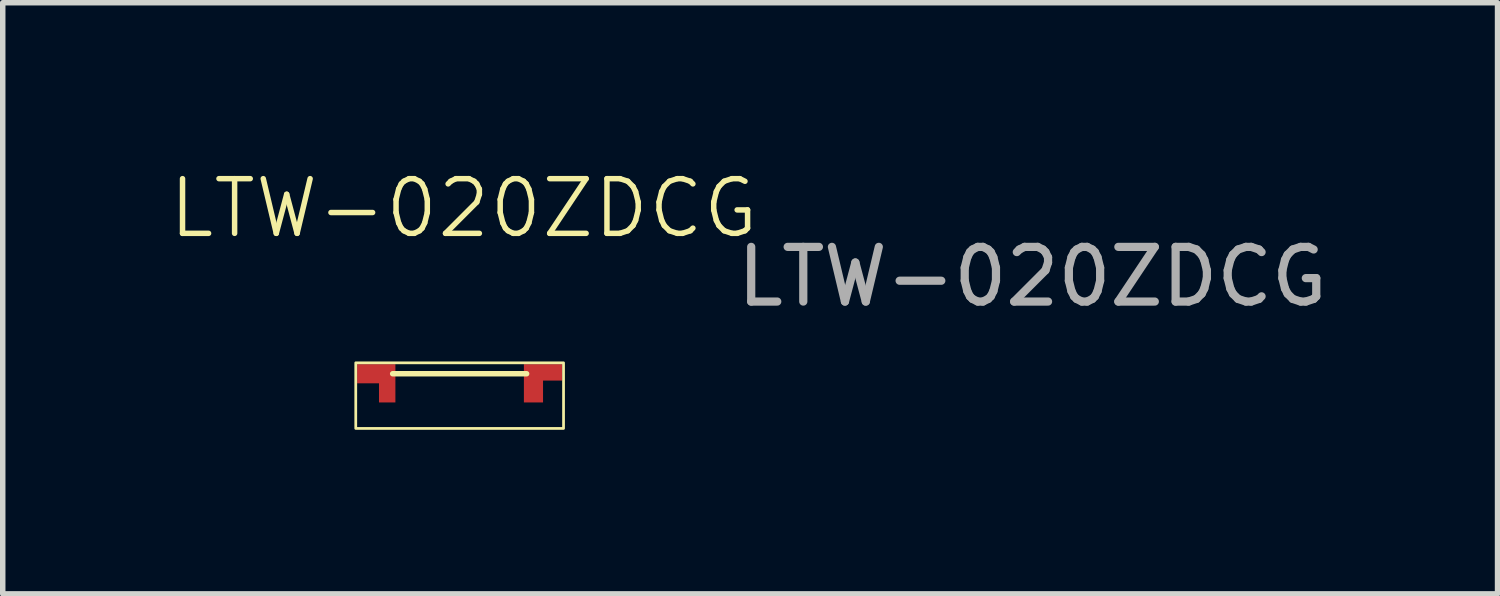
<source format=kicad_pcb>
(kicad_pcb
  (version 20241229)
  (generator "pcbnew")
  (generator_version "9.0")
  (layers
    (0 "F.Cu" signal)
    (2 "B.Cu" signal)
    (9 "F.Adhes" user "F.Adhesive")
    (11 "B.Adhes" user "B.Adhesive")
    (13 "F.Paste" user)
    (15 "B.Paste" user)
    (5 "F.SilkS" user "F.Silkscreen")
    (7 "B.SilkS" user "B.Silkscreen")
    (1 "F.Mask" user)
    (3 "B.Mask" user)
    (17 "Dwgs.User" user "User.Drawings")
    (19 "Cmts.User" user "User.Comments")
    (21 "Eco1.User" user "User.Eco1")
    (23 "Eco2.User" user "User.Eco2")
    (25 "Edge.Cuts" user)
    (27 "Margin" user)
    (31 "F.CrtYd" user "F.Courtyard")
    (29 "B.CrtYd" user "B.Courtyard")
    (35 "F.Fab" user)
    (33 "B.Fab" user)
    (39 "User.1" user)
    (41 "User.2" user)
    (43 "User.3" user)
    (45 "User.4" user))
  (footprint "LTW-020ZDCG"
    (layer "F.Cu")
    (at 5.431 1.26)
    (property "Reference" "LTW-020ZDCG" (at 0 -0.5 0) (unlocked yes) (layer "F.SilkS") (effects (font (size 1 1) (thickness 0.1))))
    (attr smd)
    (fp_line (start -1.3 2.525) (end 1.15 2.525) (stroke (width 0.1) (type default)) (layer "F.SilkS"))
    (fp_rect (start -1.975 2.325) (end 1.825 3.525) (stroke (width 0.05) (type default)) (fill no) (layer "F.SilkS"))
    (fp_text user "${REFERENCE}" (at 10.4 0.75 0) (unlocked yes) (layer "F.Fab") (effects (font (size 1 1) (thickness 0.15))))
    (pad "1" smd custom (at -1.6 2.525) (size 0.7 0.35) (layers "F.Cu" "F.Mask" "F.Paste") (options (anchor rect)) (primitives (gr_rect (start 0.05 -0.175) (end 0.35 0.525) (width 0) (fill yes))))
    (pad "2" smd custom (at 1.275 2.7 90) (size 0.7 0.35) (layers "F.Cu" "F.Mask" "F.Paste") (options (anchor rect)) (primitives (gr_rect (start 0.05 -0.175) (end 0.35 0.525) (width 0) (fill yes)))))
  (gr_rect
    (start -3 -3)
    (end 24.337 7.811)
    (stroke (width 0.1) (type default))
    (fill no)
    (layer "Edge.Cuts")))
</source>
